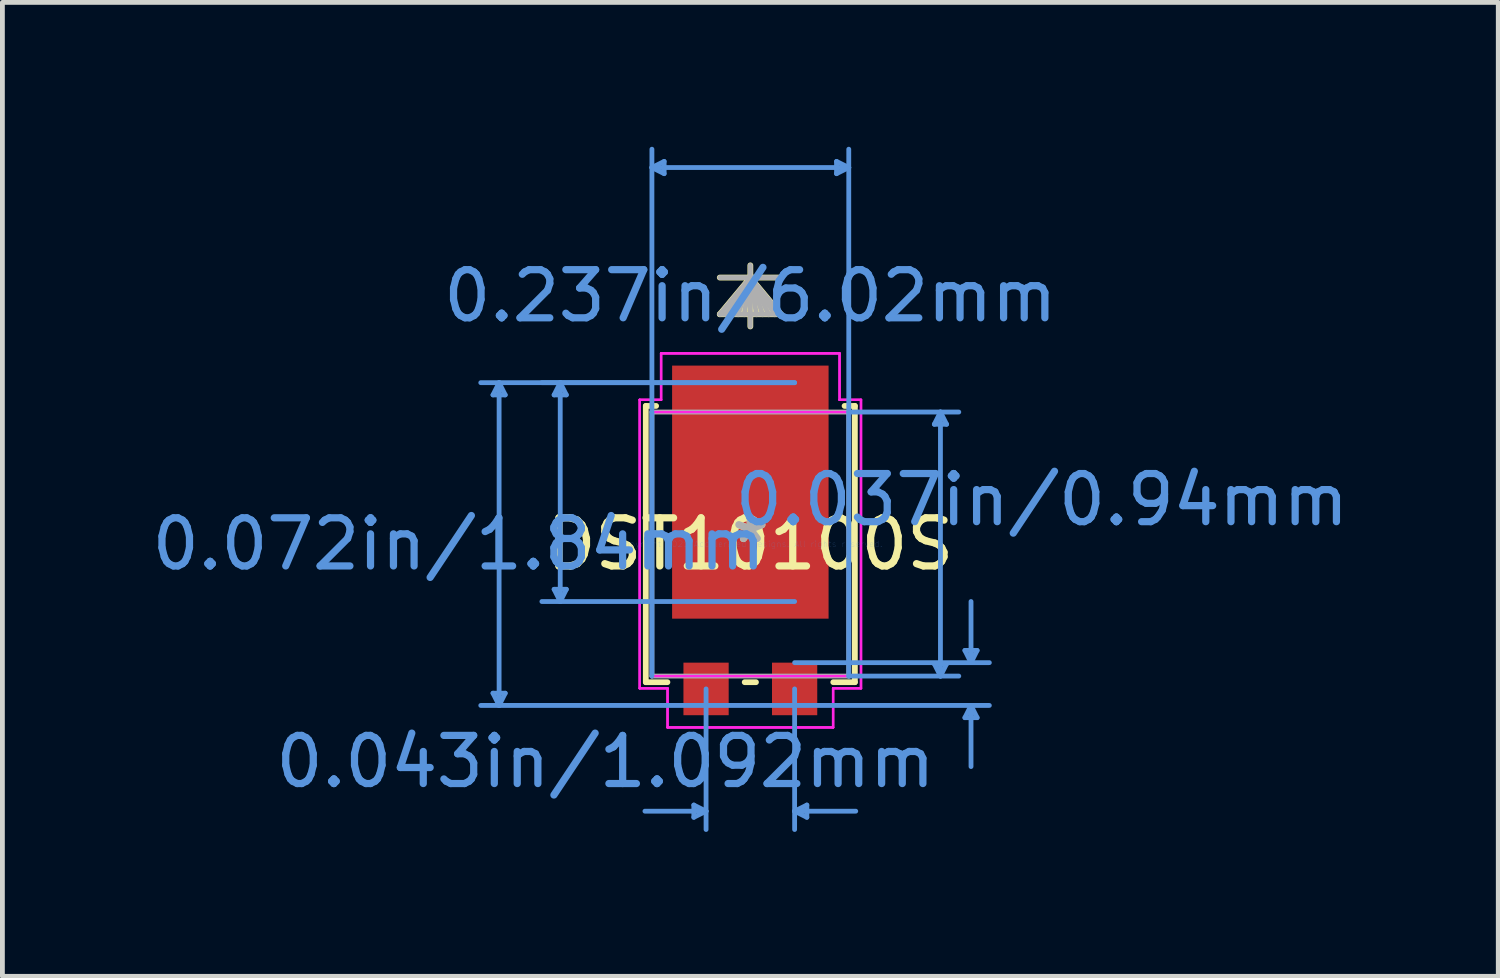
<source format=kicad_pcb>
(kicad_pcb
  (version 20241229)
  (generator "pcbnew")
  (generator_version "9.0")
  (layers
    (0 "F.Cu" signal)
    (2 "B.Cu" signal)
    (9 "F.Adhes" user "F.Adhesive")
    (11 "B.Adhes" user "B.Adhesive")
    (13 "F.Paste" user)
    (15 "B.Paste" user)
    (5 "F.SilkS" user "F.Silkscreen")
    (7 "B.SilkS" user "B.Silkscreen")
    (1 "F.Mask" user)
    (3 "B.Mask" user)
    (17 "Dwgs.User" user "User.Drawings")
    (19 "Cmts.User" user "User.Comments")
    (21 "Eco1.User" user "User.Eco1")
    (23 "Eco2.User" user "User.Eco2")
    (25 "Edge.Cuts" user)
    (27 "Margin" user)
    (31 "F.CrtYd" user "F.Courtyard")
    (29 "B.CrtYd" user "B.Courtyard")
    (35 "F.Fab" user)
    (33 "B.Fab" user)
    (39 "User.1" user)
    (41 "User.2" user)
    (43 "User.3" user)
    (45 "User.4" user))
  (footprint "DST10100S"
    (layer "F.Cu")
    (at 12.54 8.254)
    (property "Reference" "DST10100S" (at 0 0 0) (layer "F.SilkS") (effects (font (size 1 1) (thickness 0.15))))
    (attr through_hole)
    (fp_line (start -2.172 -2.87) (end -2.172 2.87) (stroke (width 0.12) (type solid)) (layer "F.SilkS"))
    (fp_line (start -2.172 2.87) (end -1.723 2.87) (stroke (width 0.12) (type solid)) (layer "F.SilkS"))
    (fp_line (start -1.958 -2.87) (end -2.172 -2.87) (stroke (width 0.12) (type solid)) (layer "F.SilkS"))
    (fp_line (start -0.117 2.87) (end 0.117 2.87) (stroke (width 0.12) (type solid)) (layer "F.SilkS"))
    (fp_line (start 0 -5.537) (end -0.635 -4.775) (stroke (width 0.12) (type solid)) (layer "F.SilkS"))
    (fp_line (start 0 -5.537) (end -0.508 -4.775) (stroke (width 0.12) (type solid)) (layer "F.SilkS"))
    (fp_line (start 0 -5.537) (end -0.381 -4.775) (stroke (width 0.12) (type solid)) (layer "F.SilkS"))
    (fp_line (start 0 -5.537) (end -0.254 -4.775) (stroke (width 0.12) (type solid)) (layer "F.SilkS"))
    (fp_line (start 0 -5.537) (end -0.127 -4.775) (stroke (width 0.12) (type solid)) (layer "F.SilkS"))
    (fp_line (start 0 -5.537) (end 0.127 -4.775) (stroke (width 0.12) (type solid)) (layer "F.SilkS"))
    (fp_line (start 0 -5.537) (end 0.254 -4.775) (stroke (width 0.12) (type solid)) (layer "F.SilkS"))
    (fp_line (start 0 -5.537) (end 0.381 -4.775) (stroke (width 0.12) (type solid)) (layer "F.SilkS"))
    (fp_line (start 0 -5.537) (end 0.508 -4.775) (stroke (width 0.12) (type solid)) (layer "F.SilkS"))
    (fp_line (start 0 -5.537) (end 0.635 -4.775) (stroke (width 0.12) (type solid)) (layer "F.SilkS"))
    (fp_line (start 0 -4.521) (end 0 -5.791) (stroke (width 0.12) (type solid)) (layer "F.SilkS"))
    (fp_line (start 0.635 -5.537) (end -0.635 -5.537) (stroke (width 0.12) (type solid)) (layer "F.SilkS"))
    (fp_line (start 0.635 -4.775) (end -0.635 -4.775) (stroke (width 0.12) (type solid)) (layer "F.SilkS"))
    (fp_line (start 1.723 2.87) (end 2.172 2.87) (stroke (width 0.12) (type solid)) (layer "F.SilkS"))
    (fp_line (start 2.172 -2.87) (end 1.958 -2.87) (stroke (width 0.12) (type solid)) (layer "F.SilkS"))
    (fp_line (start 2.172 2.87) (end 2.172 -2.87) (stroke (width 0.12) (type solid)) (layer "F.SilkS"))
    (fp_line (start -5.347 -3.099) (end -5.093 -3.099) (stroke (width 0.1) (type solid)) (layer "Cmts.User"))
    (fp_line (start -5.347 3.099) (end -5.093 3.099) (stroke (width 0.1) (type solid)) (layer "Cmts.User"))
    (fp_line (start -5.22 -3.353) (end -5.347 -3.099) (stroke (width 0.1) (type solid)) (layer "Cmts.User"))
    (fp_line (start -5.22 -3.353) (end -5.22 3.353) (stroke (width 0.1) (type solid)) (layer "Cmts.User"))
    (fp_line (start -5.22 -3.353) (end -5.093 -3.099) (stroke (width 0.1) (type solid)) (layer "Cmts.User"))
    (fp_line (start -5.22 3.353) (end -5.347 3.099) (stroke (width 0.1) (type solid)) (layer "Cmts.User"))
    (fp_line (start -5.22 3.353) (end -5.093 3.099) (stroke (width 0.1) (type solid)) (layer "Cmts.User"))
    (fp_line (start -4.077 -3.099) (end -3.823 -3.099) (stroke (width 0.1) (type solid)) (layer "Cmts.User"))
    (fp_line (start -4.077 0.94) (end -3.823 0.94) (stroke (width 0.1) (type solid)) (layer "Cmts.User"))
    (fp_line (start -3.95 -3.353) (end -4.077 -3.099) (stroke (width 0.1) (type solid)) (layer "Cmts.User"))
    (fp_line (start -3.95 -3.353) (end -3.95 1.194) (stroke (width 0.1) (type solid)) (layer "Cmts.User"))
    (fp_line (start -3.95 -3.353) (end -3.823 -3.099) (stroke (width 0.1) (type solid)) (layer "Cmts.User"))
    (fp_line (start -3.95 1.194) (end -4.077 0.94) (stroke (width 0.1) (type solid)) (layer "Cmts.User"))
    (fp_line (start -3.95 1.194) (end -3.823 0.94) (stroke (width 0.1) (type solid)) (layer "Cmts.User"))
    (fp_line (start -2.045 -7.823) (end -1.791 -7.95) (stroke (width 0.1) (type solid)) (layer "Cmts.User"))
    (fp_line (start -2.045 -7.823) (end -1.791 -7.696) (stroke (width 0.1) (type solid)) (layer "Cmts.User"))
    (fp_line (start -2.045 -7.823) (end 2.045 -7.823) (stroke (width 0.1) (type solid)) (layer "Cmts.User"))
    (fp_line (start -2.045 2.743) (end -2.045 -8.204) (stroke (width 0.1) (type solid)) (layer "Cmts.User"))
    (fp_line (start -1.791 -7.95) (end -1.791 -7.696) (stroke (width 0.1) (type solid)) (layer "Cmts.User"))
    (fp_line (start -1.174 5.423) (end -1.174 5.677) (stroke (width 0.1) (type solid)) (layer "Cmts.User"))
    (fp_line (start -0.92 3.01) (end -0.92 5.931) (stroke (width 0.1) (type solid)) (layer "Cmts.User"))
    (fp_line (start -0.92 5.55) (end -2.19 5.55) (stroke (width 0.1) (type solid)) (layer "Cmts.User"))
    (fp_line (start -0.92 5.55) (end -1.174 5.423) (stroke (width 0.1) (type solid)) (layer "Cmts.User"))
    (fp_line (start -0.92 5.55) (end -1.174 5.677) (stroke (width 0.1) (type solid)) (layer "Cmts.User"))
    (fp_line (start 0.92 -3.353) (end -5.601 -3.353) (stroke (width 0.1) (type solid)) (layer "Cmts.User"))
    (fp_line (start 0.92 -3.353) (end -4.331 -3.353) (stroke (width 0.1) (type solid)) (layer "Cmts.User"))
    (fp_line (start 0.92 1.194) (end -4.331 1.194) (stroke (width 0.1) (type solid)) (layer "Cmts.User"))
    (fp_line (start 0.92 2.464) (end 4.966 2.464) (stroke (width 0.1) (type solid)) (layer "Cmts.User"))
    (fp_line (start 0.92 3.01) (end 0.92 5.931) (stroke (width 0.1) (type solid)) (layer "Cmts.User"))
    (fp_line (start 0.92 3.353) (end -5.601 3.353) (stroke (width 0.1) (type solid)) (layer "Cmts.User"))
    (fp_line (start 0.92 3.353) (end 4.966 3.353) (stroke (width 0.1) (type solid)) (layer "Cmts.User"))
    (fp_line (start 0.92 5.55) (end 1.174 5.423) (stroke (width 0.1) (type solid)) (layer "Cmts.User"))
    (fp_line (start 0.92 5.55) (end 1.174 5.677) (stroke (width 0.1) (type solid)) (layer "Cmts.User"))
    (fp_line (start 0.92 5.55) (end 2.19 5.55) (stroke (width 0.1) (type solid)) (layer "Cmts.User"))
    (fp_line (start 1.174 5.423) (end 1.174 5.677) (stroke (width 0.1) (type solid)) (layer "Cmts.User"))
    (fp_line (start 1.791 -7.95) (end 1.791 -7.696) (stroke (width 0.1) (type solid)) (layer "Cmts.User"))
    (fp_line (start 2.045 -7.823) (end 1.791 -7.95) (stroke (width 0.1) (type solid)) (layer "Cmts.User"))
    (fp_line (start 2.045 -7.823) (end 1.791 -7.696) (stroke (width 0.1) (type solid)) (layer "Cmts.User"))
    (fp_line (start 2.045 -2.743) (end 4.331 -2.743) (stroke (width 0.1) (type solid)) (layer "Cmts.User"))
    (fp_line (start 2.045 2.743) (end 2.045 -8.204) (stroke (width 0.1) (type solid)) (layer "Cmts.User"))
    (fp_line (start 2.045 2.743) (end 4.331 2.743) (stroke (width 0.1) (type solid)) (layer "Cmts.User"))
    (fp_line (start 3.823 -2.489) (end 4.077 -2.489) (stroke (width 0.1) (type solid)) (layer "Cmts.User"))
    (fp_line (start 3.823 2.489) (end 4.077 2.489) (stroke (width 0.1) (type solid)) (layer "Cmts.User"))
    (fp_line (start 3.95 -2.743) (end 3.823 -2.489) (stroke (width 0.1) (type solid)) (layer "Cmts.User"))
    (fp_line (start 3.95 -2.743) (end 3.95 2.743) (stroke (width 0.1) (type solid)) (layer "Cmts.User"))
    (fp_line (start 3.95 -2.743) (end 4.077 -2.489) (stroke (width 0.1) (type solid)) (layer "Cmts.User"))
    (fp_line (start 3.95 2.743) (end 3.823 2.489) (stroke (width 0.1) (type solid)) (layer "Cmts.User"))
    (fp_line (start 3.95 2.743) (end 4.077 2.489) (stroke (width 0.1) (type solid)) (layer "Cmts.User"))
    (fp_line (start 4.458 2.21) (end 4.712 2.21) (stroke (width 0.1) (type solid)) (layer "Cmts.User"))
    (fp_line (start 4.458 3.607) (end 4.712 3.607) (stroke (width 0.1) (type solid)) (layer "Cmts.User"))
    (fp_line (start 4.585 2.464) (end 4.458 2.21) (stroke (width 0.1) (type solid)) (layer "Cmts.User"))
    (fp_line (start 4.585 2.464) (end 4.585 1.194) (stroke (width 0.1) (type solid)) (layer "Cmts.User"))
    (fp_line (start 4.585 2.464) (end 4.712 2.21) (stroke (width 0.1) (type solid)) (layer "Cmts.User"))
    (fp_line (start 4.585 3.353) (end 4.458 3.607) (stroke (width 0.1) (type solid)) (layer "Cmts.User"))
    (fp_line (start 4.585 3.353) (end 4.585 4.623) (stroke (width 0.1) (type solid)) (layer "Cmts.User"))
    (fp_line (start 4.585 3.353) (end 4.712 3.607) (stroke (width 0.1) (type solid)) (layer "Cmts.User"))
    (fp_line (start -2.299 -2.997) (end -1.854 -2.997) (stroke (width 0.05) (type solid)) (layer "F.CrtYd"))
    (fp_line (start -2.299 -2.997) (end -1.854 -2.997) (stroke (width 0.05) (type solid)) (layer "F.CrtYd"))
    (fp_line (start -2.299 2.997) (end -2.299 -2.997) (stroke (width 0.05) (type solid)) (layer "F.CrtYd"))
    (fp_line (start -2.299 2.997) (end -2.299 -2.997) (stroke (width 0.05) (type solid)) (layer "F.CrtYd"))
    (fp_line (start -2.045 -2.743) (end 2.045 -2.743) (stroke (width 0.05) (type solid)) (layer "F.CrtYd"))
    (fp_line (start -2.045 2.743) (end -2.045 -2.743) (stroke (width 0.05) (type solid)) (layer "F.CrtYd"))
    (fp_line (start -1.854 -3.962) (end -1.854 -2.997) (stroke (width 0.05) (type solid)) (layer "F.CrtYd"))
    (fp_line (start -1.854 -3.962) (end 1.854 -3.962) (stroke (width 0.05) (type solid)) (layer "F.CrtYd"))
    (fp_line (start -1.854 -3.962) (end 1.854 -3.962) (stroke (width 0.05) (type solid)) (layer "F.CrtYd"))
    (fp_line (start -1.854 -2.997) (end -1.854 -3.962) (stroke (width 0.05) (type solid)) (layer "F.CrtYd"))
    (fp_line (start -1.72 2.997) (end -2.299 2.997) (stroke (width 0.05) (type solid)) (layer "F.CrtYd"))
    (fp_line (start -1.72 2.997) (end -2.299 2.997) (stroke (width 0.05) (type solid)) (layer "F.CrtYd"))
    (fp_line (start -1.72 2.997) (end -1.72 3.81) (stroke (width 0.05) (type solid)) (layer "F.CrtYd"))
    (fp_line (start -1.72 3.81) (end -1.72 2.997) (stroke (width 0.05) (type solid)) (layer "F.CrtYd"))
    (fp_line (start -1.72 3.81) (end 1.72 3.81) (stroke (width 0.05) (type solid)) (layer "F.CrtYd"))
    (fp_line (start 1.72 2.997) (end 1.72 3.81) (stroke (width 0.05) (type solid)) (layer "F.CrtYd"))
    (fp_line (start 1.72 2.997) (end 1.72 3.81) (stroke (width 0.05) (type solid)) (layer "F.CrtYd"))
    (fp_line (start 1.72 3.81) (end -1.72 3.81) (stroke (width 0.05) (type solid)) (layer "F.CrtYd"))
    (fp_line (start 1.854 -3.962) (end 1.854 -2.997) (stroke (width 0.05) (type solid)) (layer "F.CrtYd"))
    (fp_line (start 1.854 -3.962) (end 1.854 -2.997) (stroke (width 0.05) (type solid)) (layer "F.CrtYd"))
    (fp_line (start 1.854 -2.997) (end 2.299 -2.997) (stroke (width 0.05) (type solid)) (layer "F.CrtYd"))
    (fp_line (start 2.045 -2.743) (end 2.045 2.743) (stroke (width 0.05) (type solid)) (layer "F.CrtYd"))
    (fp_line (start 2.045 2.743) (end -2.045 2.743) (stroke (width 0.05) (type solid)) (layer "F.CrtYd"))
    (fp_line (start 2.299 -2.997) (end 1.854 -2.997) (stroke (width 0.05) (type solid)) (layer "F.CrtYd"))
    (fp_line (start 2.299 -2.997) (end 2.299 2.997) (stroke (width 0.05) (type solid)) (layer "F.CrtYd"))
    (fp_line (start 2.299 -2.997) (end 2.299 2.997) (stroke (width 0.05) (type solid)) (layer "F.CrtYd"))
    (fp_line (start 2.299 2.997) (end 1.72 2.997) (stroke (width 0.05) (type solid)) (layer "F.CrtYd"))
    (fp_line (start 2.299 2.997) (end 1.72 2.997) (stroke (width 0.05) (type solid)) (layer "F.CrtYd"))
    (fp_line (start -2.045 -2.743) (end -2.045 2.743) (stroke (width 0.1) (type solid)) (layer "F.Fab"))
    (fp_line (start -2.045 2.743) (end 2.045 2.743) (stroke (width 0.1) (type solid)) (layer "F.Fab"))
    (fp_line (start 0 -5.537) (end -0.635 -4.775) (stroke (width 0.1) (type solid)) (layer "F.Fab"))
    (fp_line (start 0 -5.537) (end -0.508 -4.775) (stroke (width 0.1) (type solid)) (layer "F.Fab"))
    (fp_line (start 0 -5.537) (end -0.381 -4.775) (stroke (width 0.1) (type solid)) (layer "F.Fab"))
    (fp_line (start 0 -5.537) (end -0.254 -4.775) (stroke (width 0.1) (type solid)) (layer "F.Fab"))
    (fp_line (start 0 -5.537) (end -0.127 -4.775) (stroke (width 0.1) (type solid)) (layer "F.Fab"))
    (fp_line (start 0 -5.537) (end 0.127 -4.775) (stroke (width 0.1) (type solid)) (layer "F.Fab"))
    (fp_line (start 0 -5.537) (end 0.254 -4.775) (stroke (width 0.1) (type solid)) (layer "F.Fab"))
    (fp_line (start 0 -5.537) (end 0.381 -4.775) (stroke (width 0.1) (type solid)) (layer "F.Fab"))
    (fp_line (start 0 -5.537) (end 0.508 -4.775) (stroke (width 0.1) (type solid)) (layer "F.Fab"))
    (fp_line (start 0 -5.537) (end 0.635 -4.775) (stroke (width 0.1) (type solid)) (layer "F.Fab"))
    (fp_line (start 0 -4.521) (end 0 -5.791) (stroke (width 0.1) (type solid)) (layer "F.Fab"))
    (fp_line (start 0.635 -5.537) (end -0.635 -5.537) (stroke (width 0.1) (type solid)) (layer "F.Fab"))
    (fp_line (start 0.635 -4.775) (end -0.635 -4.775) (stroke (width 0.1) (type solid)) (layer "F.Fab"))
    (fp_line (start 2.045 -2.743) (end -2.045 -2.743) (stroke (width 0.1) (type solid)) (layer "F.Fab"))
    (fp_line (start 2.045 2.743) (end 2.045 -2.743) (stroke (width 0.1) (type solid)) (layer "F.Fab"))
    (fp_text user "*" (at 0 0 0) (layer "F.SilkS") (effects (font (size 1 1) (thickness 0.15))))
    (fp_text user "0.037in/0.94mm" (at 6.058 -0.92 0) (layer "Cmts.User") (effects (font (size 1 1) (thickness 0.15))))
    (fp_text user "0.237in/6.02mm" (at 0 -5.156 0) (layer "Cmts.User") (effects (font (size 1 1) (thickness 0.15))))
    (fp_text user "0.072in/1.84mm" (at -6.058 0 0) (layer "Cmts.User") (effects (font (size 1 1) (thickness 0.15))))
    (fp_text user "Copyright 2021 Accelerated Designs. All rights reserved." (at 0 0 0) (layer "Cmts.User") (effects (font (size 0.127 0.127) (thickness 0.002))))
    (fp_text user "0.043in/1.092mm" (at -3.01 4.521 0) (layer "Cmts.User") (effects (font (size 1 1) (thickness 0.15))))
    (fp_text user "*" (at 0 0 0) (layer "F.Fab") (effects (font (size 1 1) (thickness 0.15))))
    (pad "1" smd rect (at -0.92 3.01 90) (size 1.092 0.94) (layers "F.Cu" "F.Mask" "F.Paste"))
    (pad "2" smd rect (at 0.92 3.01 90) (size 1.092 0.94) (layers "F.Cu" "F.Mask" "F.Paste"))
    (pad "3" smd rect (at 0 -1.079 90) (size 5.258 3.251) (layers "F.Cu" "F.Mask" "F.Paste")))
  (gr_rect
    (start -3 -3)
    (end 28.08 17.235)
    (stroke (width 0.1) (type default))
    (fill no)
    (layer "Edge.Cuts")))
</source>
